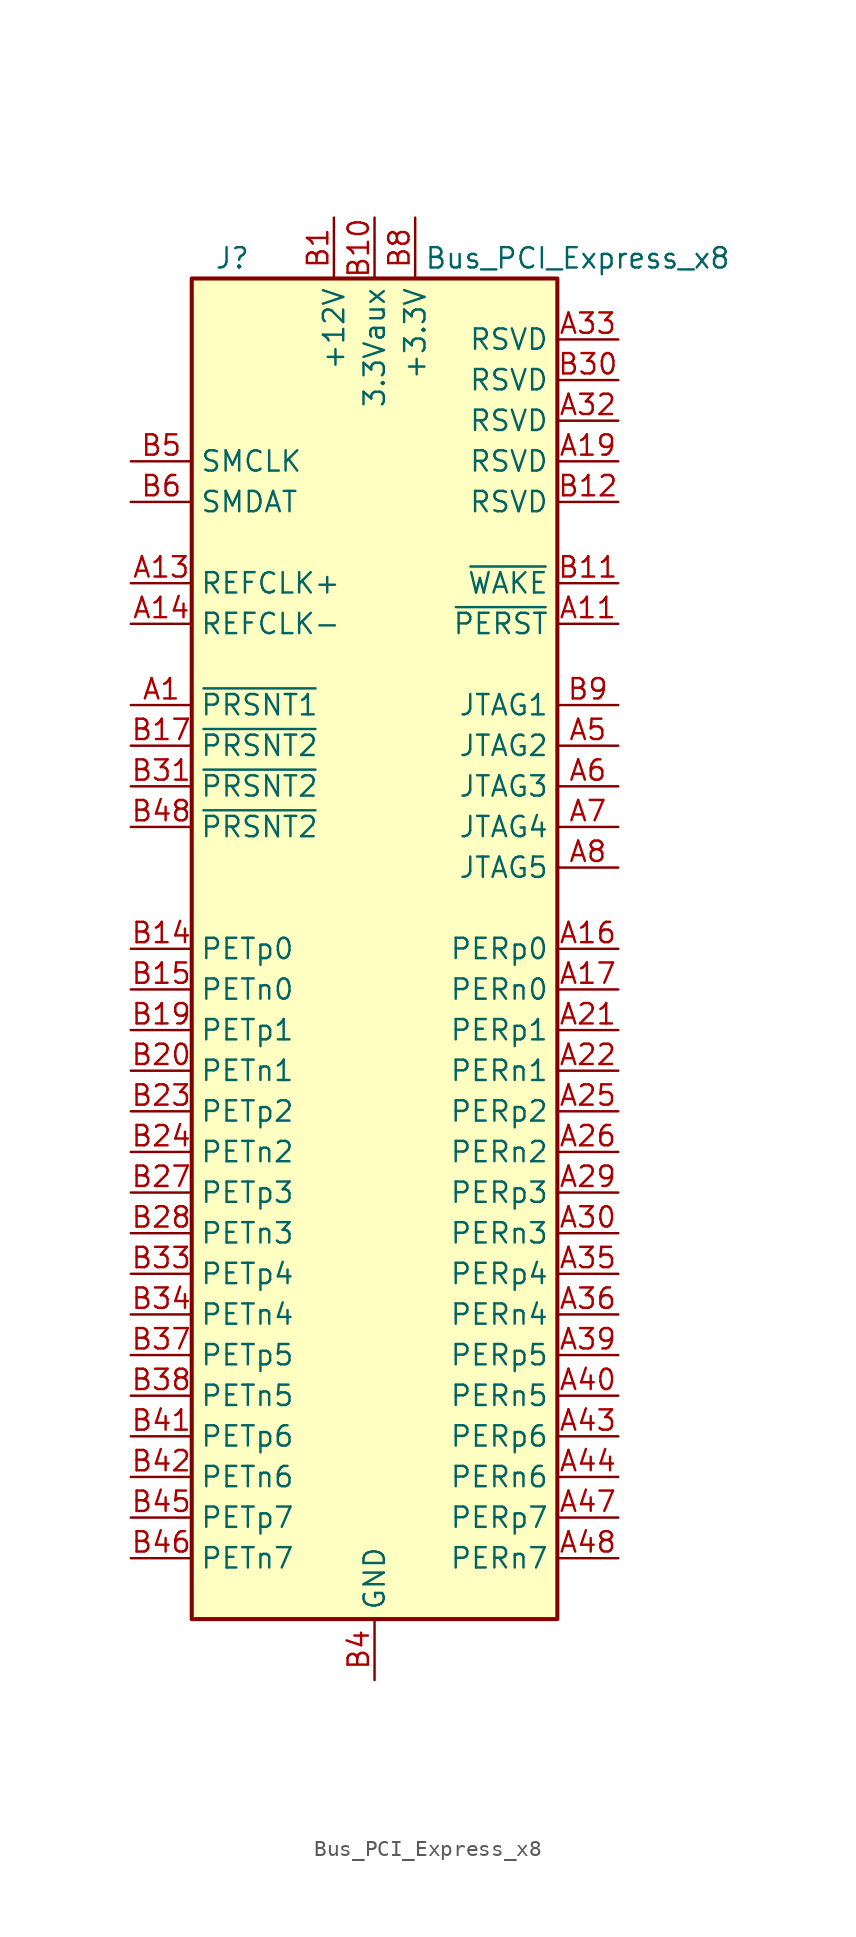
<source format=kicad_sym>
(kicad_symbol_lib
  (version 20220914)
  (generator kicad_symbol_editor)
  (symbol "Bus_PCI_Express_x8"
    (property "Reference" "J"
      (at -8.89 43.18 0)
      (effects (font (size 1.27 1.27))))
    (property "Value" "Bus_PCI_Express_x8"
      (at 12.7 43.18 0)
      (effects (font (size 1.27 1.27))))
    (symbol "Bus_PCI_Express_x8_0_1"
      (rectangle (start -11.43 41.91) (end 11.43 -41.91) (stroke (width 0.254) (type default)) (fill (type background))))
    (symbol "Bus_PCI_Express_x8_1_1"
      (pin passive line (at -15.24 15.24 0) (length 3.81) (name "~{PRSNT1}" (effects (font (size 1.27 1.27)))) (number "A1" (effects (font (size 1.27 1.27)))))
      (pin passive line (at 2.54 45.72 270) (length 3.81) hide (name "+3.3V" (effects (font (size 1.27 1.27)))) (number "A10" (effects (font (size 1.27 1.27)))))
      (pin input line (at 15.24 20.32 180) (length 3.81) (name "~{PERST}" (effects (font (size 1.27 1.27)))) (number "A11" (effects (font (size 1.27 1.27)))))
      (pin passive line (at 0 -45.72 90) (length 3.81) hide (name "GND" (effects (font (size 1.27 1.27)))) (number "A12" (effects (font (size 1.27 1.27)))))
      (pin input line (at -15.24 22.86 0) (length 3.81) (name "REFCLK+" (effects (font (size 1.27 1.27)))) (number "A13" (effects (font (size 1.27 1.27)))))
      (pin input line (at -15.24 20.32 0) (length 3.81) (name "REFCLK-" (effects (font (size 1.27 1.27)))) (number "A14" (effects (font (size 1.27 1.27)))))
      (pin passive line (at 0 -45.72 90) (length 3.81) hide (name "GND" (effects (font (size 1.27 1.27)))) (number "A15" (effects (font (size 1.27 1.27)))))
      (pin output line (at 15.24 0 180) (length 3.81) (name "PERp0" (effects (font (size 1.27 1.27)))) (number "A16" (effects (font (size 1.27 1.27)))))
      (pin output line (at 15.24 -2.54 180) (length 3.81) (name "PERn0" (effects (font (size 1.27 1.27)))) (number "A17" (effects (font (size 1.27 1.27)))))
      (pin passive line (at 0 -45.72 90) (length 3.81) hide (name "GND" (effects (font (size 1.27 1.27)))) (number "A18" (effects (font (size 1.27 1.27)))))
      (pin passive line (at 15.24 30.48 180) (length 3.81) (name "RSVD" (effects (font (size 1.27 1.27)))) (number "A19" (effects (font (size 1.27 1.27)))))
      (pin passive line (at -2.54 45.72 270) (length 3.81) hide (name "+12V" (effects (font (size 1.27 1.27)))) (number "A2" (effects (font (size 1.27 1.27)))))
      (pin passive line (at 0 -45.72 90) (length 3.81) hide (name "GND" (effects (font (size 1.27 1.27)))) (number "A20" (effects (font (size 1.27 1.27)))))
      (pin output line (at 15.24 -5.08 180) (length 3.81) (name "PERp1" (effects (font (size 1.27 1.27)))) (number "A21" (effects (font (size 1.27 1.27)))))
      (pin output line (at 15.24 -7.62 180) (length 3.81) (name "PERn1" (effects (font (size 1.27 1.27)))) (number "A22" (effects (font (size 1.27 1.27)))))
      (pin passive line (at 0 -45.72 90) (length 3.81) hide (name "GND" (effects (font (size 1.27 1.27)))) (number "A23" (effects (font (size 1.27 1.27)))))
      (pin passive line (at 0 -45.72 90) (length 3.81) hide (name "GND" (effects (font (size 1.27 1.27)))) (number "A24" (effects (font (size 1.27 1.27)))))
      (pin output line (at 15.24 -10.16 180) (length 3.81) (name "PERp2" (effects (font (size 1.27 1.27)))) (number "A25" (effects (font (size 1.27 1.27)))))
      (pin output line (at 15.24 -12.7 180) (length 3.81) (name "PERn2" (effects (font (size 1.27 1.27)))) (number "A26" (effects (font (size 1.27 1.27)))))
      (pin passive line (at 0 -45.72 90) (length 3.81) hide (name "GND" (effects (font (size 1.27 1.27)))) (number "A27" (effects (font (size 1.27 1.27)))))
      (pin passive line (at 0 -45.72 90) (length 3.81) hide (name "GND" (effects (font (size 1.27 1.27)))) (number "A28" (effects (font (size 1.27 1.27)))))
      (pin output line (at 15.24 -15.24 180) (length 3.81) (name "PERp3" (effects (font (size 1.27 1.27)))) (number "A29" (effects (font (size 1.27 1.27)))))
      (pin passive line (at -2.54 45.72 270) (length 3.81) hide (name "+12V" (effects (font (size 1.27 1.27)))) (number "A3" (effects (font (size 1.27 1.27)))))
      (pin output line (at 15.24 -17.78 180) (length 3.81) (name "PERn3" (effects (font (size 1.27 1.27)))) (number "A30" (effects (font (size 1.27 1.27)))))
      (pin passive line (at 0 -45.72 90) (length 3.81) hide (name "GND" (effects (font (size 1.27 1.27)))) (number "A31" (effects (font (size 1.27 1.27)))))
      (pin passive line (at 15.24 33.02 180) (length 3.81) (name "RSVD" (effects (font (size 1.27 1.27)))) (number "A32" (effects (font (size 1.27 1.27)))))
      (pin passive line (at 15.24 38.1 180) (length 3.81) (name "RSVD" (effects (font (size 1.27 1.27)))) (number "A33" (effects (font (size 1.27 1.27)))))
      (pin passive line (at 0 -45.72 90) (length 3.81) hide (name "GND" (effects (font (size 1.27 1.27)))) (number "A34" (effects (font (size 1.27 1.27)))))
      (pin output line (at 15.24 -20.32 180) (length 3.81) (name "PERp4" (effects (font (size 1.27 1.27)))) (number "A35" (effects (font (size 1.27 1.27)))))
      (pin output line (at 15.24 -22.86 180) (length 3.81) (name "PERn4" (effects (font (size 1.27 1.27)))) (number "A36" (effects (font (size 1.27 1.27)))))
      (pin passive line (at 0 -45.72 90) (length 3.81) hide (name "GND" (effects (font (size 1.27 1.27)))) (number "A37" (effects (font (size 1.27 1.27)))))
      (pin passive line (at 0 -45.72 90) (length 3.81) hide (name "GND" (effects (font (size 1.27 1.27)))) (number "A38" (effects (font (size 1.27 1.27)))))
      (pin output line (at 15.24 -25.4 180) (length 3.81) (name "PERp5" (effects (font (size 1.27 1.27)))) (number "A39" (effects (font (size 1.27 1.27)))))
      (pin passive line (at 0 -45.72 90) (length 3.81) hide (name "GND" (effects (font (size 1.27 1.27)))) (number "A4" (effects (font (size 1.27 1.27)))))
      (pin output line (at 15.24 -27.94 180) (length 3.81) (name "PERn5" (effects (font (size 1.27 1.27)))) (number "A40" (effects (font (size 1.27 1.27)))))
      (pin passive line (at 0 -45.72 90) (length 3.81) hide (name "GND" (effects (font (size 1.27 1.27)))) (number "A41" (effects (font (size 1.27 1.27)))))
      (pin passive line (at 0 -45.72 90) (length 3.81) hide (name "GND" (effects (font (size 1.27 1.27)))) (number "A42" (effects (font (size 1.27 1.27)))))
      (pin output line (at 15.24 -30.48 180) (length 3.81) (name "PERp6" (effects (font (size 1.27 1.27)))) (number "A43" (effects (font (size 1.27 1.27)))))
      (pin output line (at 15.24 -33.02 180) (length 3.81) (name "PERn6" (effects (font (size 1.27 1.27)))) (number "A44" (effects (font (size 1.27 1.27)))))
      (pin passive line (at 0 -45.72 90) (length 3.81) hide (name "GND" (effects (font (size 1.27 1.27)))) (number "A45" (effects (font (size 1.27 1.27)))))
      (pin passive line (at 0 -45.72 90) (length 3.81) hide (name "GND" (effects (font (size 1.27 1.27)))) (number "A46" (effects (font (size 1.27 1.27)))))
      (pin output line (at 15.24 -35.56 180) (length 3.81) (name "PERp7" (effects (font (size 1.27 1.27)))) (number "A47" (effects (font (size 1.27 1.27)))))
      (pin output line (at 15.24 -38.1 180) (length 3.81) (name "PERn7" (effects (font (size 1.27 1.27)))) (number "A48" (effects (font (size 1.27 1.27)))))
      (pin passive line (at 0 -45.72 90) (length 3.81) hide (name "GND" (effects (font (size 1.27 1.27)))) (number "A49" (effects (font (size 1.27 1.27)))))
      (pin input line (at 15.24 12.7 180) (length 3.81) (name "JTAG2" (effects (font (size 1.27 1.27)))) (number "A5" (effects (font (size 1.27 1.27)))))
      (pin input line (at 15.24 10.16 180) (length 3.81) (name "JTAG3" (effects (font (size 1.27 1.27)))) (number "A6" (effects (font (size 1.27 1.27)))))
      (pin output line (at 15.24 7.62 180) (length 3.81) (name "JTAG4" (effects (font (size 1.27 1.27)))) (number "A7" (effects (font (size 1.27 1.27)))))
      (pin input line (at 15.24 5.08 180) (length 3.81) (name "JTAG5" (effects (font (size 1.27 1.27)))) (number "A8" (effects (font (size 1.27 1.27)))))
      (pin passive line (at 2.54 45.72 270) (length 3.81) hide (name "+3.3V" (effects (font (size 1.27 1.27)))) (number "A9" (effects (font (size 1.27 1.27)))))
      (pin power_in line (at -2.54 45.72 270) (length 3.81) (name "+12V" (effects (font (size 1.27 1.27)))) (number "B1" (effects (font (size 1.27 1.27)))))
      (pin power_in line (at 0 45.72 270) (length 3.81) (name "3.3Vaux" (effects (font (size 1.27 1.27)))) (number "B10" (effects (font (size 1.27 1.27)))))
      (pin open_collector line (at 15.24 22.86 180) (length 3.81) (name "~{WAKE}" (effects (font (size 1.27 1.27)))) (number "B11" (effects (font (size 1.27 1.27)))))
      (pin passive line (at 15.24 27.94 180) (length 3.81) (name "RSVD" (effects (font (size 1.27 1.27)))) (number "B12" (effects (font (size 1.27 1.27)))))
      (pin passive line (at 0 -45.72 90) (length 3.81) hide (name "GND" (effects (font (size 1.27 1.27)))) (number "B13" (effects (font (size 1.27 1.27)))))
      (pin input line (at -15.24 0 0) (length 3.81) (name "PETp0" (effects (font (size 1.27 1.27)))) (number "B14" (effects (font (size 1.27 1.27)))))
      (pin input line (at -15.24 -2.54 0) (length 3.81) (name "PETn0" (effects (font (size 1.27 1.27)))) (number "B15" (effects (font (size 1.27 1.27)))))
      (pin passive line (at 0 -45.72 90) (length 3.81) hide (name "GND" (effects (font (size 1.27 1.27)))) (number "B16" (effects (font (size 1.27 1.27)))))
      (pin passive line (at -15.24 12.7 0) (length 3.81) (name "~{PRSNT2}" (effects (font (size 1.27 1.27)))) (number "B17" (effects (font (size 1.27 1.27)))))
      (pin passive line (at 0 -45.72 90) (length 3.81) hide (name "GND" (effects (font (size 1.27 1.27)))) (number "B18" (effects (font (size 1.27 1.27)))))
      (pin input line (at -15.24 -5.08 0) (length 3.81) (name "PETp1" (effects (font (size 1.27 1.27)))) (number "B19" (effects (font (size 1.27 1.27)))))
      (pin passive line (at -2.54 45.72 270) (length 3.81) hide (name "+12V" (effects (font (size 1.27 1.27)))) (number "B2" (effects (font (size 1.27 1.27)))))
      (pin input line (at -15.24 -7.62 0) (length 3.81) (name "PETn1" (effects (font (size 1.27 1.27)))) (number "B20" (effects (font (size 1.27 1.27)))))
      (pin passive line (at 0 -45.72 90) (length 3.81) hide (name "GND" (effects (font (size 1.27 1.27)))) (number "B21" (effects (font (size 1.27 1.27)))))
      (pin passive line (at 0 -45.72 90) (length 3.81) hide (name "GND" (effects (font (size 1.27 1.27)))) (number "B22" (effects (font (size 1.27 1.27)))))
      (pin input line (at -15.24 -10.16 0) (length 3.81) (name "PETp2" (effects (font (size 1.27 1.27)))) (number "B23" (effects (font (size 1.27 1.27)))))
      (pin input line (at -15.24 -12.7 0) (length 3.81) (name "PETn2" (effects (font (size 1.27 1.27)))) (number "B24" (effects (font (size 1.27 1.27)))))
      (pin passive line (at 0 -45.72 90) (length 3.81) hide (name "GND" (effects (font (size 1.27 1.27)))) (number "B25" (effects (font (size 1.27 1.27)))))
      (pin passive line (at 0 -45.72 90) (length 3.81) hide (name "GND" (effects (font (size 1.27 1.27)))) (number "B26" (effects (font (size 1.27 1.27)))))
      (pin input line (at -15.24 -15.24 0) (length 3.81) (name "PETp3" (effects (font (size 1.27 1.27)))) (number "B27" (effects (font (size 1.27 1.27)))))
      (pin input line (at -15.24 -17.78 0) (length 3.81) (name "PETn3" (effects (font (size 1.27 1.27)))) (number "B28" (effects (font (size 1.27 1.27)))))
      (pin passive line (at 0 -45.72 90) (length 3.81) hide (name "GND" (effects (font (size 1.27 1.27)))) (number "B29" (effects (font (size 1.27 1.27)))))
      (pin passive line (at -2.54 45.72 270) (length 3.81) hide (name "+12V" (effects (font (size 1.27 1.27)))) (number "B3" (effects (font (size 1.27 1.27)))))
      (pin passive line (at 15.24 35.56 180) (length 3.81) (name "RSVD" (effects (font (size 1.27 1.27)))) (number "B30" (effects (font (size 1.27 1.27)))))
      (pin passive line (at -15.24 10.16 0) (length 3.81) (name "~{PRSNT2}" (effects (font (size 1.27 1.27)))) (number "B31" (effects (font (size 1.27 1.27)))))
      (pin passive line (at 0 -45.72 90) (length 3.81) hide (name "GND" (effects (font (size 1.27 1.27)))) (number "B32" (effects (font (size 1.27 1.27)))))
      (pin input line (at -15.24 -20.32 0) (length 3.81) (name "PETp4" (effects (font (size 1.27 1.27)))) (number "B33" (effects (font (size 1.27 1.27)))))
      (pin input line (at -15.24 -22.86 0) (length 3.81) (name "PETn4" (effects (font (size 1.27 1.27)))) (number "B34" (effects (font (size 1.27 1.27)))))
      (pin passive line (at 0 -45.72 90) (length 3.81) hide (name "GND" (effects (font (size 1.27 1.27)))) (number "B35" (effects (font (size 1.27 1.27)))))
      (pin passive line (at 0 -45.72 90) (length 3.81) hide (name "GND" (effects (font (size 1.27 1.27)))) (number "B36" (effects (font (size 1.27 1.27)))))
      (pin input line (at -15.24 -25.4 0) (length 3.81) (name "PETp5" (effects (font (size 1.27 1.27)))) (number "B37" (effects (font (size 1.27 1.27)))))
      (pin input line (at -15.24 -27.94 0) (length 3.81) (name "PETn5" (effects (font (size 1.27 1.27)))) (number "B38" (effects (font (size 1.27 1.27)))))
      (pin passive line (at 0 -45.72 90) (length 3.81) hide (name "GND" (effects (font (size 1.27 1.27)))) (number "B39" (effects (font (size 1.27 1.27)))))
      (pin power_in line (at 0 -45.72 90) (length 3.81) (name "GND" (effects (font (size 1.27 1.27)))) (number "B4" (effects (font (size 1.27 1.27)))))
      (pin passive line (at 0 -45.72 90) (length 3.81) hide (name "GND" (effects (font (size 1.27 1.27)))) (number "B40" (effects (font (size 1.27 1.27)))))
      (pin input line (at -15.24 -30.48 0) (length 3.81) (name "PETp6" (effects (font (size 1.27 1.27)))) (number "B41" (effects (font (size 1.27 1.27)))))
      (pin input line (at -15.24 -33.02 0) (length 3.81) (name "PETn6" (effects (font (size 1.27 1.27)))) (number "B42" (effects (font (size 1.27 1.27)))))
      (pin passive line (at 0 -45.72 90) (length 3.81) hide (name "GND" (effects (font (size 1.27 1.27)))) (number "B43" (effects (font (size 1.27 1.27)))))
      (pin passive line (at 0 -45.72 90) (length 3.81) hide (name "GND" (effects (font (size 1.27 1.27)))) (number "B44" (effects (font (size 1.27 1.27)))))
      (pin input line (at -15.24 -35.56 0) (length 3.81) (name "PETp7" (effects (font (size 1.27 1.27)))) (number "B45" (effects (font (size 1.27 1.27)))))
      (pin input line (at -15.24 -38.1 0) (length 3.81) (name "PETn7" (effects (font (size 1.27 1.27)))) (number "B46" (effects (font (size 1.27 1.27)))))
      (pin passive line (at 0 -45.72 90) (length 3.81) hide (name "GND" (effects (font (size 1.27 1.27)))) (number "B47" (effects (font (size 1.27 1.27)))))
      (pin passive line (at -15.24 7.62 0) (length 3.81) (name "~{PRSNT2}" (effects (font (size 1.27 1.27)))) (number "B48" (effects (font (size 1.27 1.27)))))
      (pin passive line (at 0 -45.72 90) (length 3.81) hide (name "GND" (effects (font (size 1.27 1.27)))) (number "B49" (effects (font (size 1.27 1.27)))))
      (pin input line (at -15.24 30.48 0) (length 3.81) (name "SMCLK" (effects (font (size 1.27 1.27)))) (number "B5" (effects (font (size 1.27 1.27)))))
      (pin bidirectional line (at -15.24 27.94 0) (length 3.81) (name "SMDAT" (effects (font (size 1.27 1.27)))) (number "B6" (effects (font (size 1.27 1.27)))))
      (pin passive line (at 0 -45.72 90) (length 3.81) hide (name "GND" (effects (font (size 1.27 1.27)))) (number "B7" (effects (font (size 1.27 1.27)))))
      (pin power_in line (at 2.54 45.72 270) (length 3.81) (name "+3.3V" (effects (font (size 1.27 1.27)))) (number "B8" (effects (font (size 1.27 1.27)))))
      (pin input line (at 15.24 15.24 180) (length 3.81) (name "JTAG1" (effects (font (size 1.27 1.27)))) (number "B9" (effects (font (size 1.27 1.27))))))))
</source>
